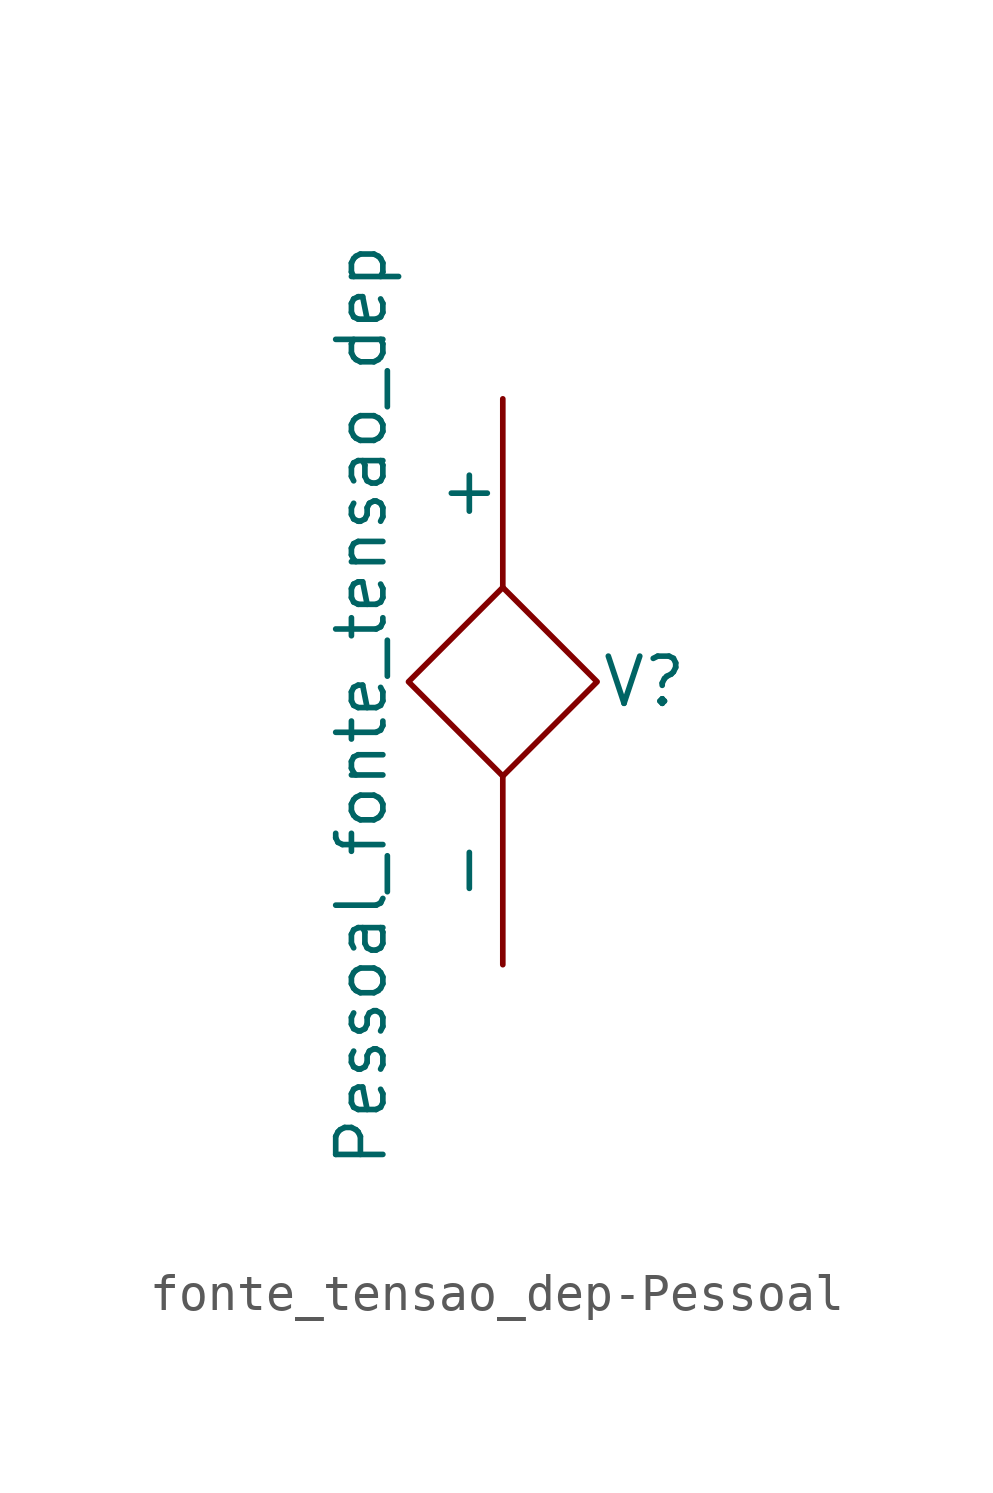
<source format=kicad_sym>
(kicad_symbol_lib
  (version 20220914)
  (generator kicad_symbol_editor)
  (symbol "fonte_tensao_dep-Pessoal"
    (pin_numbers hide)
    (pin_names
      (offset 0))
    (property "Reference" "V"
      (at 3.81 0 0)
      (effects (font (size 1.27 1.27))))
    (property "Value" "Pessoal_fonte_tensao_dep"
      (at -3.81 -0.635 90)
      (effects (font (size 1.27 1.27))))
    (symbol "fonte_tensao_dep-Pessoal_0_1"
      (polyline (pts (xy 0 2.54) (xy -2.54 0) (xy 0 -2.54) (xy 2.54 0) (xy 0 2.54)) (stroke (width 0) (type solid)) (fill (type none))))
    (symbol "fonte_tensao_dep-Pessoal_1_1"
      (pin passive line (at 0 7.62 270) (length 5.08) (name "+" (effects (font (size 1.27 1.27)))) (number "1" (effects (font (size 1.27 1.27)))))
      (pin passive line (at 0 -7.62 90) (length 5.08) (name "-" (effects (font (size 1.27 1.27)))) (number "2" (effects (font (size 1.27 1.27))))))))
</source>
